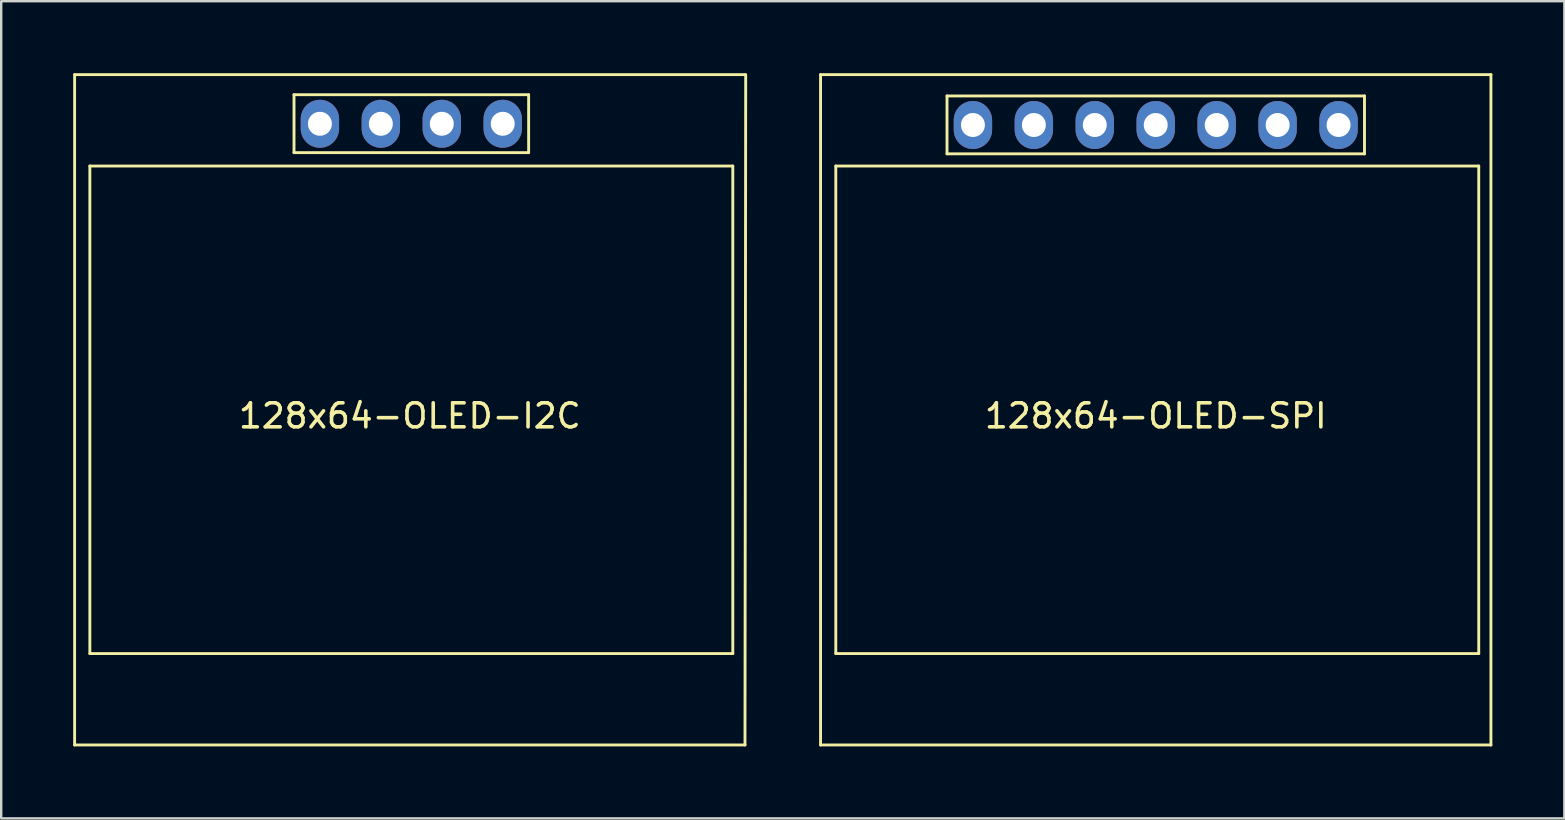
<source format=kicad_pcb>
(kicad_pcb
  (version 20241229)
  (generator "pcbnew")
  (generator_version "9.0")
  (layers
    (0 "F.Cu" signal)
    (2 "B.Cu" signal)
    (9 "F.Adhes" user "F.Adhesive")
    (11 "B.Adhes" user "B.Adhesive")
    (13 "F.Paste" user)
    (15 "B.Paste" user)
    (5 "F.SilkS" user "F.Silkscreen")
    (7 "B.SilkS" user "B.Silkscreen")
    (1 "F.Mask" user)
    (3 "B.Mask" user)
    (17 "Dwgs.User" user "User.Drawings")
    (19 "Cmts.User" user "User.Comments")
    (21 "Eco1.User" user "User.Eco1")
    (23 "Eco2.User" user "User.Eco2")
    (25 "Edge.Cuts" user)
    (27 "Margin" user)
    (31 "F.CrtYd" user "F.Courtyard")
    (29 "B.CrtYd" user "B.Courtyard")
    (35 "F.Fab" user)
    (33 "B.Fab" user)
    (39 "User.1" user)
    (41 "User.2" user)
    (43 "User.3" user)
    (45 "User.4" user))
  (footprint "128x64-OLED-SPI"
    (layer "F.Cu")
    (at 45.12 14.03)
    (property "Reference" "128x64-OLED-SPI" (at 0 0.254 0) (layer "F.SilkS") (effects (font (size 1 1) (thickness 0.15))))
    (attr through_hole)
    (fp_line (start -13.97 -13.97) (end 13.97 -13.97) (stroke (width 0.12) (type solid)) (layer "F.SilkS"))
    (fp_line (start -13.97 13.97) (end -13.97 -13.97) (stroke (width 0.12) (type solid)) (layer "F.SilkS"))
    (fp_line (start -13.335 -10.16) (end 13.462 -10.16) (stroke (width 0.12) (type solid)) (layer "F.SilkS"))
    (fp_line (start -13.335 10.16) (end -13.335 -10.16) (stroke (width 0.12) (type solid)) (layer "F.SilkS"))
    (fp_line (start -8.7 -13.081) (end -8.7 -10.668) (stroke (width 0.12) (type solid)) (layer "F.SilkS"))
    (fp_line (start -8.7 -13.081) (end 8.7 -13.081) (stroke (width 0.12) (type solid)) (layer "F.SilkS"))
    (fp_line (start 8.7 -13.081) (end 8.7 -10.668) (stroke (width 0.12) (type solid)) (layer "F.SilkS"))
    (fp_line (start 8.7 -10.668) (end -8.7 -10.668) (stroke (width 0.12) (type solid)) (layer "F.SilkS"))
    (fp_line (start 13.462 10.16) (end -13.335 10.16) (stroke (width 0.12) (type solid)) (layer "F.SilkS"))
    (fp_line (start 13.462 10.16) (end 13.462 -10.16) (stroke (width 0.12) (type solid)) (layer "F.SilkS"))
    (fp_line (start 13.97 -13.97) (end 13.97 13.97) (stroke (width 0.12) (type solid)) (layer "F.SilkS"))
    (fp_line (start 13.97 13.97) (end -13.97 13.97) (stroke (width 0.12) (type solid)) (layer "F.SilkS"))
    (pad "1" thru_hole oval (at -7.62 -11.87 90) (size 2 1.6) (drill 1) (layers "*.Cu" "*.Mask"))
    (pad "2" thru_hole oval (at -5.08 -11.87 90) (size 2 1.6) (drill 1) (layers "*.Cu" "*.Mask"))
    (pad "3" thru_hole oval (at -2.541 -11.87 90) (size 2 1.6) (drill 1) (layers "*.Cu" "*.Mask"))
    (pad "4" thru_hole oval (at -0.001 -11.87 90) (size 2 1.6) (drill 1) (layers "*.Cu" "*.Mask"))
    (pad "5" thru_hole oval (at 2.54 -11.87 90) (size 2 1.6) (drill 1) (layers "*.Cu" "*.Mask"))
    (pad "6" thru_hole oval (at 5.08 -11.87 90) (size 2 1.6) (drill 1) (layers "*.Cu" "*.Mask"))
    (pad "7" thru_hole oval (at 7.62 -11.87 90) (size 2 1.6) (drill 1) (layers "*.Cu" "*.Mask")))
  (footprint "128x64-OLED-I2C"
    (layer "F.Cu")
    (at 14.03 14.03)
    (property "Reference" "128x64-OLED-I2C" (at 0 0.254 0) (layer "F.SilkS") (effects (font (size 1 1) (thickness 0.15))))
    (attr through_hole)
    (fp_line (start -13.97 -13.97) (end 13.97 -13.97) (stroke (width 0.12) (type solid)) (layer "F.SilkS"))
    (fp_line (start -13.97 13.97) (end -13.97 -13.97) (stroke (width 0.12) (type solid)) (layer "F.SilkS"))
    (fp_line (start -13.335 -10.16) (end 13.462 -10.16) (stroke (width 0.12) (type solid)) (layer "F.SilkS"))
    (fp_line (start -13.335 10.16) (end -13.335 -10.16) (stroke (width 0.12) (type solid)) (layer "F.SilkS"))
    (fp_line (start -4.826 -13.132) (end -4.826 -10.719) (stroke (width 0.12) (type solid)) (layer "F.SilkS"))
    (fp_line (start -4.826 -13.132) (end 4.953 -13.132) (stroke (width 0.12) (type solid)) (layer "F.SilkS"))
    (fp_line (start 4.953 -13.132) (end 4.953 -10.719) (stroke (width 0.12) (type solid)) (layer "F.SilkS"))
    (fp_line (start 4.953 -10.719) (end -4.826 -10.719) (stroke (width 0.12) (type solid)) (layer "F.SilkS"))
    (fp_line (start 13.462 10.16) (end -13.335 10.16) (stroke (width 0.12) (type solid)) (layer "F.SilkS"))
    (fp_line (start 13.462 10.16) (end 13.462 -10.16) (stroke (width 0.12) (type solid)) (layer "F.SilkS"))
    (fp_line (start 13.97 13.97) (end -13.97 13.97) (stroke (width 0.12) (type solid)) (layer "F.SilkS"))
    (fp_line (start 14 -13.97) (end 13.97 13.97) (stroke (width 0.12) (type solid)) (layer "F.SilkS"))
    (pad "1" thru_hole oval (at -3.747 -11.921 90) (size 2 1.6) (drill 1) (layers "*.Cu" "*.Mask"))
    (pad "2" thru_hole oval (at -1.207 -11.921 90) (size 2 1.6) (drill 1) (layers "*.Cu" "*.Mask"))
    (pad "3" thru_hole oval (at 1.333 -11.921 90) (size 2 1.6) (drill 1) (layers "*.Cu" "*.Mask"))
    (pad "4" thru_hole oval (at 3.873 -11.921 90) (size 2 1.6) (drill 1) (layers "*.Cu" "*.Mask")))
  (gr_rect
    (start -3 -3)
    (end 62.15 31.06)
    (stroke (width 0.1) (type default))
    (fill no)
    (layer "Edge.Cuts")))
</source>
